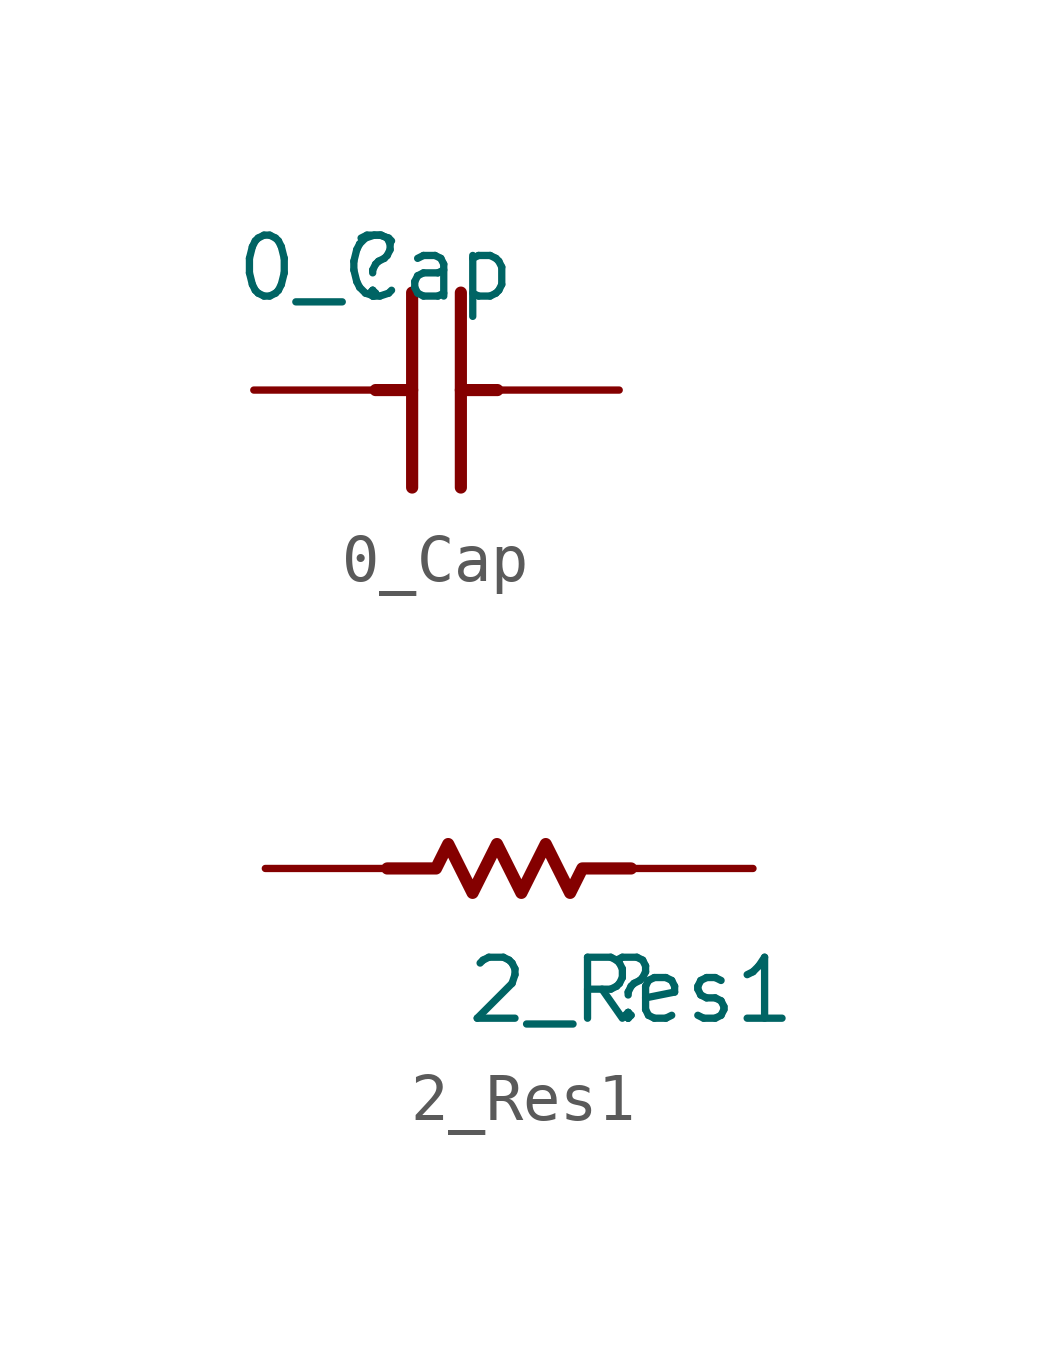
<source format=kicad_sym>
(kicad_symbol_lib
  (version 20211014)
  (generator kicad_symbol_editor)
  (symbol "0_Cap"
    (property "Reference" ""
      (at 0 0 0)
      (effects (font (size 1.27 1.27))))
    (property "Value" "0_Cap"
      (at 0 0 0)
      (effects (font (size 1.27 1.27))))
    (symbol "0_Cap_1_0"
      (polyline (pts (xy 0 -2.54) (xy 0.762 -2.54)) (stroke (width 0.254) (type default) (color 0 0 0 0)) (fill (type none)))
      (polyline (pts (xy 0.762 -4.572) (xy 0.762 -0.508)) (stroke (width 0.254) (type default) (color 0 0 0 0)) (fill (type none)))
      (polyline (pts (xy 1.778 -0.508) (xy 1.778 -4.572)) (stroke (width 0.254) (type default) (color 0 0 0 0)) (fill (type none)))
      (polyline (pts (xy 2.54 -2.54) (xy 1.778 -2.54)) (stroke (width 0.254) (type default) (color 0 0 0 0)) (fill (type none)))
      (pin passive line (at -2.54 -2.54 0) (length 2.54) (name "1" (effects (font (size 0 0)))) (number "1" (effects (font (size 0 0)))))
      (pin passive line (at 5.08 -2.54 180) (length 2.54) (name "2" (effects (font (size 0 0)))) (number "2" (effects (font (size 0 0)))))))
  (symbol "2_Res1"
    (property "Reference" ""
      (at 0 0 0)
      (effects (font (size 1.27 1.27))))
    (property "Value" "2_Res1"
      (at 0 0 0)
      (effects (font (size 1.27 1.27))))
    (symbol "2_Res1_1_0"
      (polyline (pts (xy -5.08 2.54) (xy -4.064 2.54) (xy -3.81 3.048) (xy -3.302 2.032) (xy -2.794 3.048) (xy -2.286 2.032) (xy -1.778 3.048) (xy -1.27 2.032) (xy -1.016 2.54) (xy 0 2.54)) (stroke (width 0.254) (type default) (color 0 0 0 0)) (fill (type none)))
      (pin passive line (at 2.54 2.54 180) (length 2.54) (name "1" (effects (font (size 0 0)))) (number "1" (effects (font (size 0 0)))))
      (pin passive line (at -7.62 2.54 0) (length 2.54) (name "2" (effects (font (size 0 0)))) (number "2" (effects (font (size 0 0))))))))
</source>
